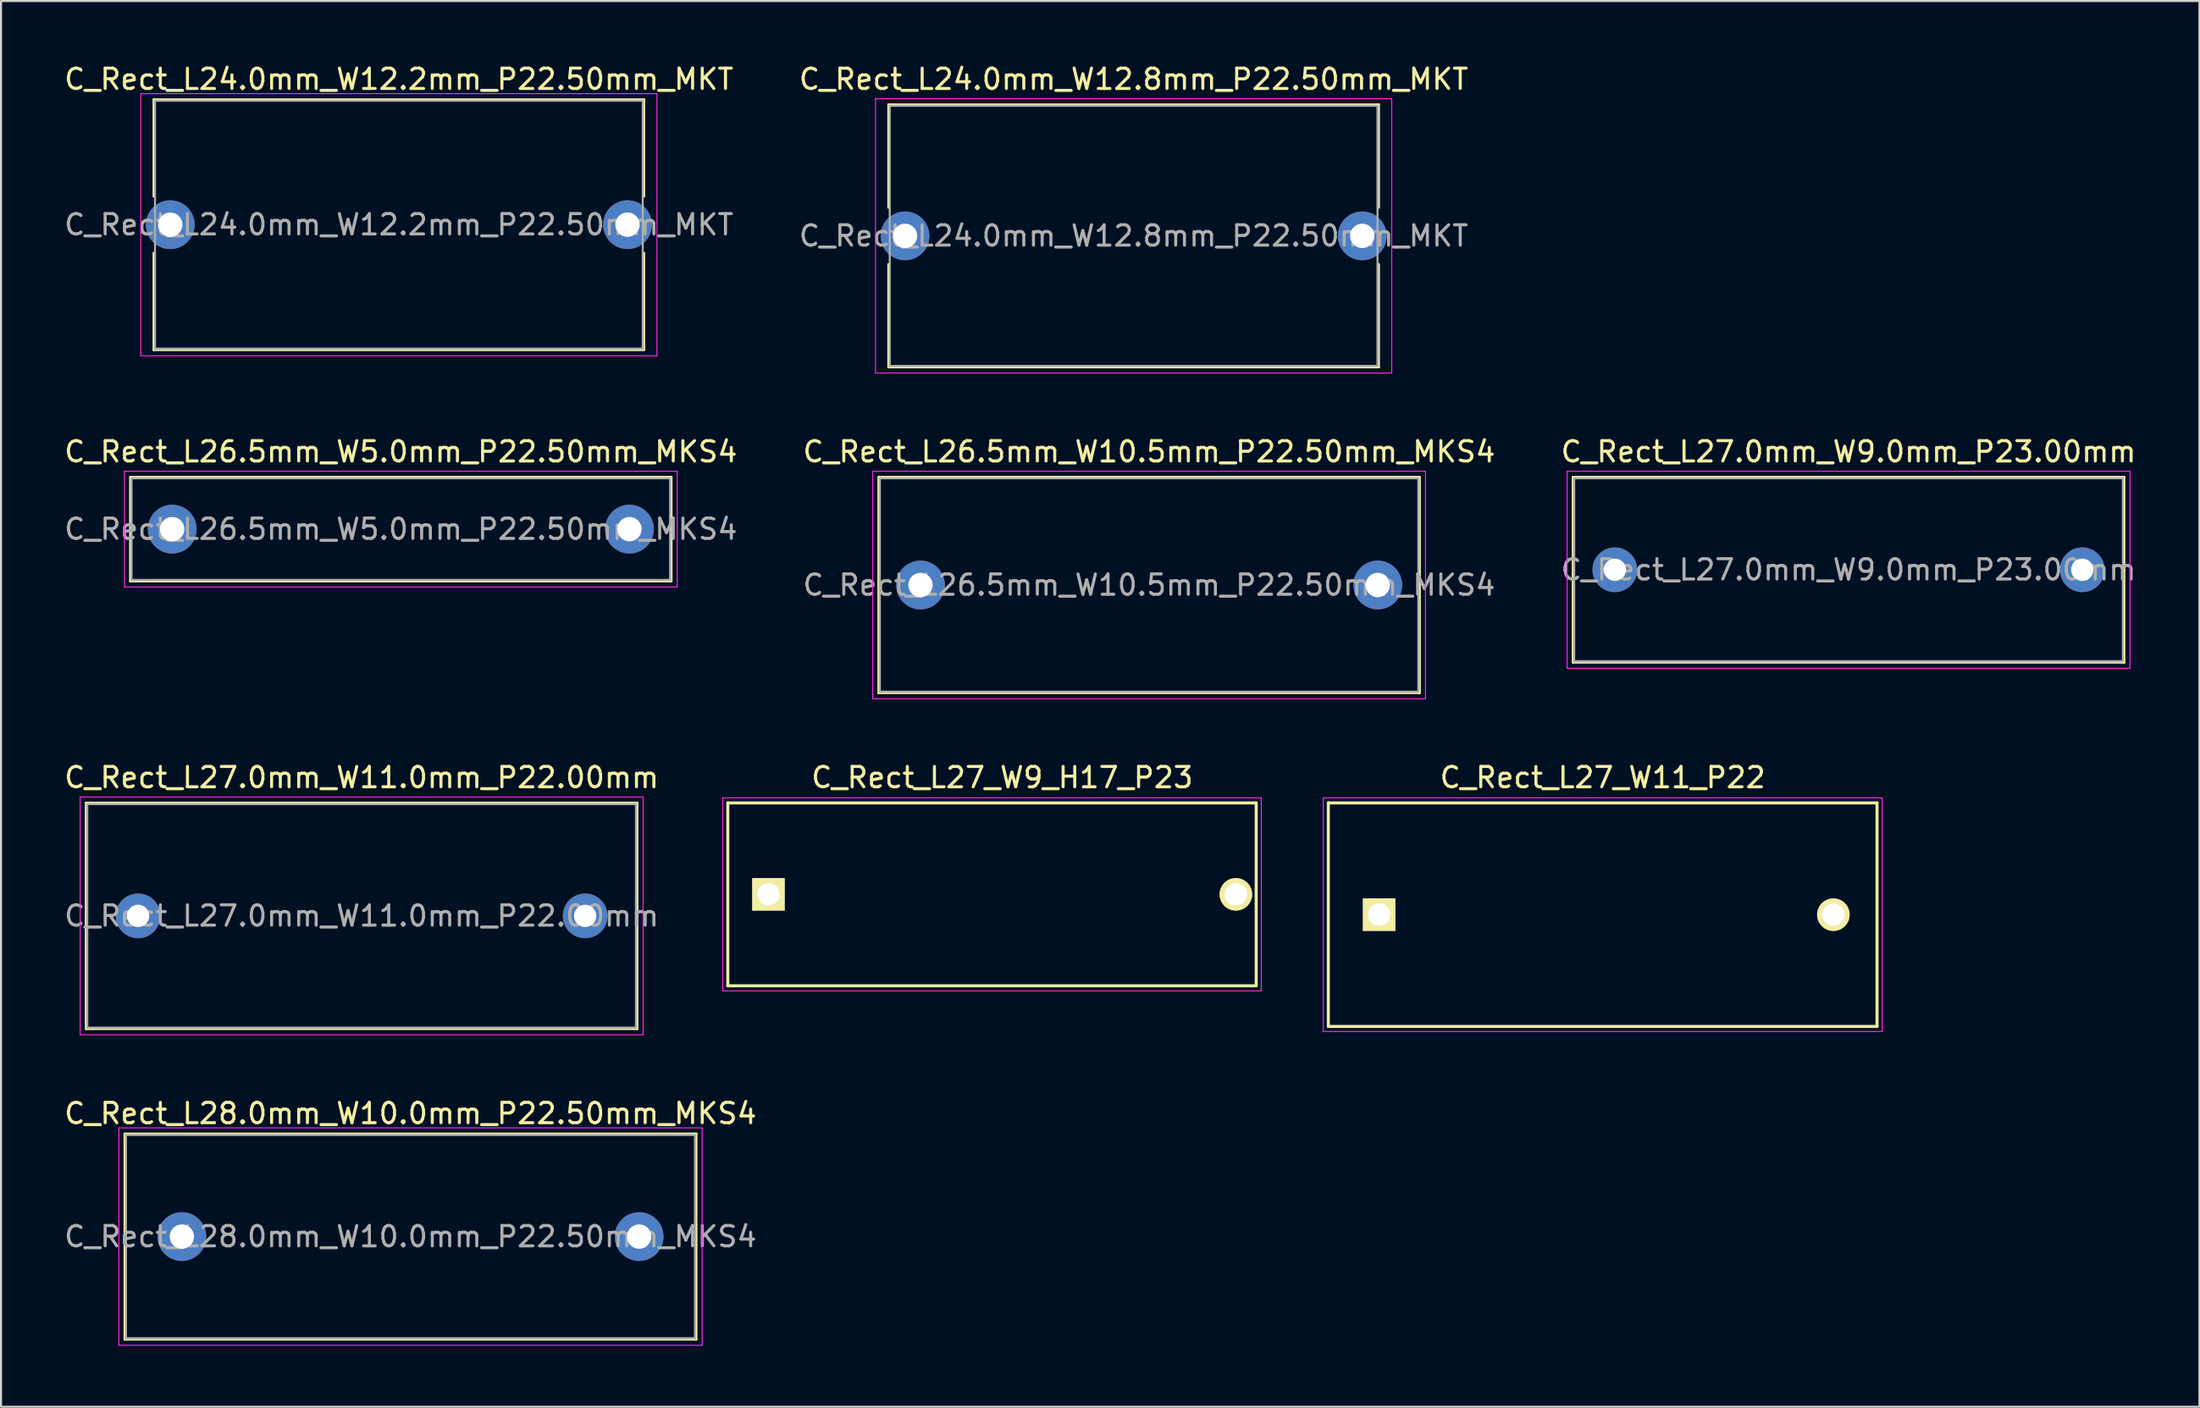
<source format=kicad_pcb>
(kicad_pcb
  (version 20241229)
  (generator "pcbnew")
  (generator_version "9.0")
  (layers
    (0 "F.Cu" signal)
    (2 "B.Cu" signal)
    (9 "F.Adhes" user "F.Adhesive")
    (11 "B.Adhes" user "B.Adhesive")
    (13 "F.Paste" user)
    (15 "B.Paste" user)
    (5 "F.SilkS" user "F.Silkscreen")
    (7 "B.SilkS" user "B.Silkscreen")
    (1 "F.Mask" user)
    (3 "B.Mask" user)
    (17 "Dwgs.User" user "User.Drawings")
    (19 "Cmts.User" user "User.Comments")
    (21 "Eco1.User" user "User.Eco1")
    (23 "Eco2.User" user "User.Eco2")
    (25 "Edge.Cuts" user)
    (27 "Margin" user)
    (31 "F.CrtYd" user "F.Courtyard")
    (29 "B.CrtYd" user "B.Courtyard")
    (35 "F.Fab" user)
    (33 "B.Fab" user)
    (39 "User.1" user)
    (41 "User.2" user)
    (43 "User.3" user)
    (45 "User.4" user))
  (footprint "C_Rect_L27_W9_H17_P23"
    (layer "F.Cu")
    (at 34.763 40.965)
    (property "Reference" "C_Rect_L27_W9_H17_P23" (at 11.5 -5.75 0) (layer "F.SilkS") (effects (font (size 1 1) (thickness 0.15))))
    (attr through_hole)
    (fp_line (start -2 -4.5) (end 24 -4.5) (stroke (width 0.15) (type solid)) (layer "F.SilkS"))
    (fp_line (start -2 4.5) (end -2 -4.5) (stroke (width 0.15) (type solid)) (layer "F.SilkS"))
    (fp_line (start 24 -4.5) (end 24 4.5) (stroke (width 0.15) (type solid)) (layer "F.SilkS"))
    (fp_line (start 24 4.5) (end -2 4.5) (stroke (width 0.15) (type solid)) (layer "F.SilkS"))
    (fp_line (start -2.25 -4.75) (end 24.25 -4.75) (stroke (width 0.05) (type solid)) (layer "F.CrtYd"))
    (fp_line (start -2.25 4.75) (end -2.25 -4.75) (stroke (width 0.05) (type solid)) (layer "F.CrtYd"))
    (fp_line (start 24.25 -4.75) (end 24.25 4.75) (stroke (width 0.05) (type solid)) (layer "F.CrtYd"))
    (fp_line (start 24.25 4.75) (end -2.25 4.75) (stroke (width 0.05) (type solid)) (layer "F.CrtYd"))
    (pad "1" thru_hole rect (at 0 0) (size 1.6 1.6) (drill 1.1) (layers "*.Cu" "*.Mask" "F.SilkS"))
    (pad "2" thru_hole circle (at 23 0) (size 1.6 1.6) (drill 1.1) (layers "*.Cu" "*.Mask" "F.SilkS")))
  (footprint "C_Rect_L26.5mm_W10.5mm_P22.50mm_MKS4"
    (layer "F.Cu")
    (at 42.244 25.741)
    (property "Reference" "C_Rect_L26.5mm_W10.5mm_P22.50mm_MKS4" (at 11.25 -6.56 0) (layer "F.SilkS") (effects (font (size 1 1) (thickness 0.15))))
    (attr through_hole)
    (fp_line (start -2.06 -5.31) (end -2.06 5.31) (stroke (width 0.12) (type solid)) (layer "F.SilkS"))
    (fp_line (start -2.06 -5.31) (end 24.56 -5.31) (stroke (width 0.12) (type solid)) (layer "F.SilkS"))
    (fp_line (start -2.06 5.31) (end 24.56 5.31) (stroke (width 0.12) (type solid)) (layer "F.SilkS"))
    (fp_line (start 24.56 -5.31) (end 24.56 5.31) (stroke (width 0.12) (type solid)) (layer "F.SilkS"))
    (fp_line (start -2.35 -5.6) (end -2.35 5.6) (stroke (width 0.05) (type solid)) (layer "F.CrtYd"))
    (fp_line (start -2.35 5.6) (end 24.85 5.6) (stroke (width 0.05) (type solid)) (layer "F.CrtYd"))
    (fp_line (start 24.85 -5.6) (end -2.35 -5.6) (stroke (width 0.05) (type solid)) (layer "F.CrtYd"))
    (fp_line (start 24.85 5.6) (end 24.85 -5.6) (stroke (width 0.05) (type solid)) (layer "F.CrtYd"))
    (fp_line (start -2 -5.25) (end -2 5.25) (stroke (width 0.1) (type solid)) (layer "F.Fab"))
    (fp_line (start -2 5.25) (end 24.5 5.25) (stroke (width 0.1) (type solid)) (layer "F.Fab"))
    (fp_line (start 24.5 -5.25) (end -2 -5.25) (stroke (width 0.1) (type solid)) (layer "F.Fab"))
    (fp_line (start 24.5 5.25) (end 24.5 -5.25) (stroke (width 0.1) (type solid)) (layer "F.Fab"))
    (fp_text user "${REFERENCE}" (at 11.25 0 0) (layer "F.Fab") (effects (font (size 1 1) (thickness 0.15))))
    (pad "1" thru_hole circle (at 0 0) (size 2.4 2.4) (drill 1.2) (layers "*.Cu" "*.Mask"))
    (pad "2" thru_hole circle (at 22.5 0) (size 2.4 2.4) (drill 1.2) (layers "*.Cu" "*.Mask")))
  (footprint "C_Rect_L26.5mm_W5.0mm_P22.50mm_MKS4"
    (layer "F.Cu")
    (at 5.423 22.991)
    (property "Reference" "C_Rect_L26.5mm_W5.0mm_P22.50mm_MKS4" (at 11.25 -3.81 0) (layer "F.SilkS") (effects (font (size 1 1) (thickness 0.15))))
    (attr through_hole)
    (fp_line (start -2.06 -2.56) (end -2.06 2.56) (stroke (width 0.12) (type solid)) (layer "F.SilkS"))
    (fp_line (start -2.06 -2.56) (end 24.56 -2.56) (stroke (width 0.12) (type solid)) (layer "F.SilkS"))
    (fp_line (start -2.06 2.56) (end 24.56 2.56) (stroke (width 0.12) (type solid)) (layer "F.SilkS"))
    (fp_line (start 24.56 -2.56) (end 24.56 2.56) (stroke (width 0.12) (type solid)) (layer "F.SilkS"))
    (fp_line (start -2.35 -2.85) (end -2.35 2.85) (stroke (width 0.05) (type solid)) (layer "F.CrtYd"))
    (fp_line (start -2.35 2.85) (end 24.85 2.85) (stroke (width 0.05) (type solid)) (layer "F.CrtYd"))
    (fp_line (start 24.85 -2.85) (end -2.35 -2.85) (stroke (width 0.05) (type solid)) (layer "F.CrtYd"))
    (fp_line (start 24.85 2.85) (end 24.85 -2.85) (stroke (width 0.05) (type solid)) (layer "F.CrtYd"))
    (fp_line (start -2 -2.5) (end -2 2.5) (stroke (width 0.1) (type solid)) (layer "F.Fab"))
    (fp_line (start -2 2.5) (end 24.5 2.5) (stroke (width 0.1) (type solid)) (layer "F.Fab"))
    (fp_line (start 24.5 -2.5) (end -2 -2.5) (stroke (width 0.1) (type solid)) (layer "F.Fab"))
    (fp_line (start 24.5 2.5) (end 24.5 -2.5) (stroke (width 0.1) (type solid)) (layer "F.Fab"))
    (fp_text user "${REFERENCE}" (at 11.25 0 0) (layer "F.Fab") (effects (font (size 1 1) (thickness 0.15))))
    (pad "1" thru_hole circle (at 0 0) (size 2.4 2.4) (drill 1.2) (layers "*.Cu" "*.Mask"))
    (pad "2" thru_hole circle (at 22.5 0) (size 2.4 2.4) (drill 1.2) (layers "*.Cu" "*.Mask")))
  (footprint "C_Rect_L24.0mm_W12.2mm_P22.50mm_MKT"
    (layer "F.Cu")
    (at 5.327 8.008)
    (property "Reference" "C_Rect_L24.0mm_W12.2mm_P22.50mm_MKT" (at 11.25 -7.16 0) (layer "F.SilkS") (effects (font (size 1 1) (thickness 0.15))))
    (attr through_hole)
    (fp_line (start -0.81 -6.16) (end -0.81 -1.395) (stroke (width 0.12) (type solid)) (layer "F.SilkS"))
    (fp_line (start -0.81 -6.16) (end 23.31 -6.16) (stroke (width 0.12) (type solid)) (layer "F.SilkS"))
    (fp_line (start -0.81 1.395) (end -0.81 6.16) (stroke (width 0.12) (type solid)) (layer "F.SilkS"))
    (fp_line (start -0.81 6.16) (end 23.31 6.16) (stroke (width 0.12) (type solid)) (layer "F.SilkS"))
    (fp_line (start 23.31 -6.16) (end 23.31 -1.395) (stroke (width 0.12) (type solid)) (layer "F.SilkS"))
    (fp_line (start 23.31 1.395) (end 23.31 6.16) (stroke (width 0.12) (type solid)) (layer "F.SilkS"))
    (fp_line (start -1.45 -6.45) (end -1.45 6.45) (stroke (width 0.05) (type solid)) (layer "F.CrtYd"))
    (fp_line (start -1.45 6.45) (end 23.95 6.45) (stroke (width 0.05) (type solid)) (layer "F.CrtYd"))
    (fp_line (start 23.95 -6.45) (end -1.45 -6.45) (stroke (width 0.05) (type solid)) (layer "F.CrtYd"))
    (fp_line (start 23.95 6.45) (end 23.95 -6.45) (stroke (width 0.05) (type solid)) (layer "F.CrtYd"))
    (fp_line (start -0.75 -6.1) (end -0.75 6.1) (stroke (width 0.1) (type solid)) (layer "F.Fab"))
    (fp_line (start -0.75 6.1) (end 23.25 6.1) (stroke (width 0.1) (type solid)) (layer "F.Fab"))
    (fp_line (start 23.25 -6.1) (end -0.75 -6.1) (stroke (width 0.1) (type solid)) (layer "F.Fab"))
    (fp_line (start 23.25 6.1) (end 23.25 -6.1) (stroke (width 0.1) (type solid)) (layer "F.Fab"))
    (fp_text user "${REFERENCE}" (at 11.25 0 0) (layer "F.Fab") (effects (font (size 1 1) (thickness 0.15))))
    (pad "1" thru_hole circle (at 0 0) (size 2.4 2.4) (drill 1.2) (layers "*.Cu" "*.Mask"))
    (pad "2" thru_hole circle (at 22.5 0) (size 2.4 2.4) (drill 1.2) (layers "*.Cu" "*.Mask")))
  (footprint "C_Rect_L27.0mm_W9.0mm_P23.00mm"
    (layer "F.Cu")
    (at 76.411 24.991)
    (property "Reference" "C_Rect_L27.0mm_W9.0mm_P23.00mm" (at 11.5 -5.81 0) (layer "F.SilkS") (effects (font (size 1 1) (thickness 0.15))))
    (attr through_hole)
    (fp_line (start -2.06 -4.56) (end -2.06 4.56) (stroke (width 0.12) (type solid)) (layer "F.SilkS"))
    (fp_line (start -2.06 -4.56) (end 25.06 -4.56) (stroke (width 0.12) (type solid)) (layer "F.SilkS"))
    (fp_line (start -2.06 4.56) (end 25.06 4.56) (stroke (width 0.12) (type solid)) (layer "F.SilkS"))
    (fp_line (start 25.06 -4.56) (end 25.06 4.56) (stroke (width 0.12) (type solid)) (layer "F.SilkS"))
    (fp_line (start -2.35 -4.85) (end -2.35 4.85) (stroke (width 0.05) (type solid)) (layer "F.CrtYd"))
    (fp_line (start -2.35 4.85) (end 25.35 4.85) (stroke (width 0.05) (type solid)) (layer "F.CrtYd"))
    (fp_line (start 25.35 -4.85) (end -2.35 -4.85) (stroke (width 0.05) (type solid)) (layer "F.CrtYd"))
    (fp_line (start 25.35 4.85) (end 25.35 -4.85) (stroke (width 0.05) (type solid)) (layer "F.CrtYd"))
    (fp_line (start -2 -4.5) (end -2 4.5) (stroke (width 0.1) (type solid)) (layer "F.Fab"))
    (fp_line (start -2 4.5) (end 25 4.5) (stroke (width 0.1) (type solid)) (layer "F.Fab"))
    (fp_line (start 25 -4.5) (end -2 -4.5) (stroke (width 0.1) (type solid)) (layer "F.Fab"))
    (fp_line (start 25 4.5) (end 25 -4.5) (stroke (width 0.1) (type solid)) (layer "F.Fab"))
    (fp_text user "${REFERENCE}" (at 11.5 0 0) (layer "F.Fab") (effects (font (size 1 1) (thickness 0.15))))
    (pad "1" thru_hole circle (at 0 0) (size 2.2 2.2) (drill 1.1) (layers "*.Cu" "*.Mask"))
    (pad "2" thru_hole circle (at 23 0) (size 2.2 2.2) (drill 1.1) (layers "*.Cu" "*.Mask")))
  (footprint "C_Rect_L28.0mm_W10.0mm_P22.50mm_MKS4"
    (layer "F.Cu")
    (at 5.899 57.808)
    (property "Reference" "C_Rect_L28.0mm_W10.0mm_P22.50mm_MKS4" (at 11.25 -6.06 0) (layer "F.SilkS") (effects (font (size 1 1) (thickness 0.15))))
    (attr through_hole)
    (fp_line (start -2.81 -5.06) (end -2.81 5.06) (stroke (width 0.12) (type solid)) (layer "F.SilkS"))
    (fp_line (start -2.81 -5.06) (end 25.31 -5.06) (stroke (width 0.12) (type solid)) (layer "F.SilkS"))
    (fp_line (start -2.81 5.06) (end 25.31 5.06) (stroke (width 0.12) (type solid)) (layer "F.SilkS"))
    (fp_line (start 25.31 -5.06) (end 25.31 5.06) (stroke (width 0.12) (type solid)) (layer "F.SilkS"))
    (fp_line (start -3.1 -5.35) (end -3.1 5.35) (stroke (width 0.05) (type solid)) (layer "F.CrtYd"))
    (fp_line (start -3.1 5.35) (end 25.6 5.35) (stroke (width 0.05) (type solid)) (layer "F.CrtYd"))
    (fp_line (start 25.6 -5.35) (end -3.1 -5.35) (stroke (width 0.05) (type solid)) (layer "F.CrtYd"))
    (fp_line (start 25.6 5.35) (end 25.6 -5.35) (stroke (width 0.05) (type solid)) (layer "F.CrtYd"))
    (fp_line (start -2.75 -5) (end -2.75 5) (stroke (width 0.1) (type solid)) (layer "F.Fab"))
    (fp_line (start -2.75 5) (end 25.25 5) (stroke (width 0.1) (type solid)) (layer "F.Fab"))
    (fp_line (start 25.25 -5) (end -2.75 -5) (stroke (width 0.1) (type solid)) (layer "F.Fab"))
    (fp_line (start 25.25 5) (end 25.25 -5) (stroke (width 0.1) (type solid)) (layer "F.Fab"))
    (fp_text user "${REFERENCE}" (at 11.25 0 0) (layer "F.Fab") (effects (font (size 1 1) (thickness 0.15))))
    (pad "1" thru_hole circle (at 0 0) (size 2.4 2.4) (drill 1.2) (layers "*.Cu" "*.Mask"))
    (pad "2" thru_hole circle (at 22.5 0) (size 2.4 2.4) (drill 1.2) (layers "*.Cu" "*.Mask")))
  (footprint "C_Rect_L24.0mm_W12.8mm_P22.50mm_MKT"
    (layer "F.Cu")
    (at 41.482 8.558)
    (property "Reference" "C_Rect_L24.0mm_W12.8mm_P22.50mm_MKT" (at 11.25 -7.71 0) (layer "F.SilkS") (effects (font (size 1 1) (thickness 0.15))))
    (attr through_hole)
    (fp_line (start -0.81 -6.46) (end -0.81 -1.395) (stroke (width 0.12) (type solid)) (layer "F.SilkS"))
    (fp_line (start -0.81 -6.46) (end 23.31 -6.46) (stroke (width 0.12) (type solid)) (layer "F.SilkS"))
    (fp_line (start -0.81 1.395) (end -0.81 6.46) (stroke (width 0.12) (type solid)) (layer "F.SilkS"))
    (fp_line (start -0.81 6.46) (end 23.31 6.46) (stroke (width 0.12) (type solid)) (layer "F.SilkS"))
    (fp_line (start 23.31 -6.46) (end 23.31 -1.395) (stroke (width 0.12) (type solid)) (layer "F.SilkS"))
    (fp_line (start 23.31 1.395) (end 23.31 6.46) (stroke (width 0.12) (type solid)) (layer "F.SilkS"))
    (fp_line (start -1.45 -6.75) (end -1.45 6.75) (stroke (width 0.05) (type solid)) (layer "F.CrtYd"))
    (fp_line (start -1.45 6.75) (end 23.95 6.75) (stroke (width 0.05) (type solid)) (layer "F.CrtYd"))
    (fp_line (start 23.95 -6.75) (end -1.45 -6.75) (stroke (width 0.05) (type solid)) (layer "F.CrtYd"))
    (fp_line (start 23.95 6.75) (end 23.95 -6.75) (stroke (width 0.05) (type solid)) (layer "F.CrtYd"))
    (fp_line (start -0.75 -6.4) (end -0.75 6.4) (stroke (width 0.1) (type solid)) (layer "F.Fab"))
    (fp_line (start -0.75 6.4) (end 23.25 6.4) (stroke (width 0.1) (type solid)) (layer "F.Fab"))
    (fp_line (start 23.25 -6.4) (end -0.75 -6.4) (stroke (width 0.1) (type solid)) (layer "F.Fab"))
    (fp_line (start 23.25 6.4) (end 23.25 -6.4) (stroke (width 0.1) (type solid)) (layer "F.Fab"))
    (fp_text user "${REFERENCE}" (at 11.25 0 0) (layer "F.Fab") (effects (font (size 1 1) (thickness 0.15))))
    (pad "1" thru_hole circle (at 0 0) (size 2.4 2.4) (drill 1.2) (layers "*.Cu" "*.Mask"))
    (pad "2" thru_hole circle (at 22.5 0) (size 2.4 2.4) (drill 1.2) (layers "*.Cu" "*.Mask")))
  (footprint "C_Rect_L27_W11_P22"
    (layer "F.Cu")
    (at 64.813 41.965)
    (property "Reference" "C_Rect_L27_W11_P22" (at 11 -6.75 0) (layer "F.SilkS") (effects (font (size 1 1) (thickness 0.15))))
    (attr through_hole)
    (fp_line (start -2.5 -5.5) (end 24.5 -5.5) (stroke (width 0.15) (type solid)) (layer "F.SilkS"))
    (fp_line (start -2.5 5.5) (end -2.5 -5.5) (stroke (width 0.15) (type solid)) (layer "F.SilkS"))
    (fp_line (start 24.5 -5.5) (end 24.5 5.5) (stroke (width 0.15) (type solid)) (layer "F.SilkS"))
    (fp_line (start 24.5 5.5) (end -2.5 5.5) (stroke (width 0.15) (type solid)) (layer "F.SilkS"))
    (fp_line (start -2.75 -5.75) (end 24.75 -5.75) (stroke (width 0.05) (type solid)) (layer "F.CrtYd"))
    (fp_line (start -2.75 5.75) (end -2.75 -5.75) (stroke (width 0.05) (type solid)) (layer "F.CrtYd"))
    (fp_line (start 24.75 -5.75) (end 24.75 5.75) (stroke (width 0.05) (type solid)) (layer "F.CrtYd"))
    (fp_line (start 24.75 5.75) (end -2.75 5.75) (stroke (width 0.05) (type solid)) (layer "F.CrtYd"))
    (pad "1" thru_hole rect (at 0 0) (size 1.6 1.6) (drill 1.1) (layers "*.Cu" "*.Mask" "F.SilkS"))
    (pad "2" thru_hole circle (at 22.352 0) (size 1.6 1.6) (drill 1.1) (layers "*.Cu" "*.Mask" "F.SilkS")))
  (footprint "C_Rect_L27.0mm_W11.0mm_P22.00mm"
    (layer "F.Cu")
    (at 3.744 42.025)
    (property "Reference" "C_Rect_L27.0mm_W11.0mm_P22.00mm" (at 11 -6.81 0) (layer "F.SilkS") (effects (font (size 1 1) (thickness 0.15))))
    (attr through_hole)
    (fp_line (start -2.56 -5.56) (end -2.56 5.56) (stroke (width 0.12) (type solid)) (layer "F.SilkS"))
    (fp_line (start -2.56 -5.56) (end 24.56 -5.56) (stroke (width 0.12) (type solid)) (layer "F.SilkS"))
    (fp_line (start -2.56 5.56) (end 24.56 5.56) (stroke (width 0.12) (type solid)) (layer "F.SilkS"))
    (fp_line (start 24.56 -5.56) (end 24.56 5.56) (stroke (width 0.12) (type solid)) (layer "F.SilkS"))
    (fp_line (start -2.85 -5.85) (end -2.85 5.85) (stroke (width 0.05) (type solid)) (layer "F.CrtYd"))
    (fp_line (start -2.85 5.85) (end 24.85 5.85) (stroke (width 0.05) (type solid)) (layer "F.CrtYd"))
    (fp_line (start 24.85 -5.85) (end -2.85 -5.85) (stroke (width 0.05) (type solid)) (layer "F.CrtYd"))
    (fp_line (start 24.85 5.85) (end 24.85 -5.85) (stroke (width 0.05) (type solid)) (layer "F.CrtYd"))
    (fp_line (start -2.5 -5.5) (end -2.5 5.5) (stroke (width 0.1) (type solid)) (layer "F.Fab"))
    (fp_line (start -2.5 5.5) (end 24.5 5.5) (stroke (width 0.1) (type solid)) (layer "F.Fab"))
    (fp_line (start 24.5 -5.5) (end -2.5 -5.5) (stroke (width 0.1) (type solid)) (layer "F.Fab"))
    (fp_line (start 24.5 5.5) (end 24.5 -5.5) (stroke (width 0.1) (type solid)) (layer "F.Fab"))
    (fp_text user "${REFERENCE}" (at 11 0 0) (layer "F.Fab") (effects (font (size 1 1) (thickness 0.15))))
    (pad "1" thru_hole circle (at 0 0) (size 2.2 2.2) (drill 1.1) (layers "*.Cu" "*.Mask"))
    (pad "2" thru_hole circle (at 22 0) (size 2.2 2.2) (drill 1.1) (layers "*.Cu" "*.Mask")))
  (gr_rect
    (start -3 -3)
    (end 105.179 66.183)
    (stroke (width 0.1) (type default))
    (fill no)
    (layer "Edge.Cuts")))
</source>
